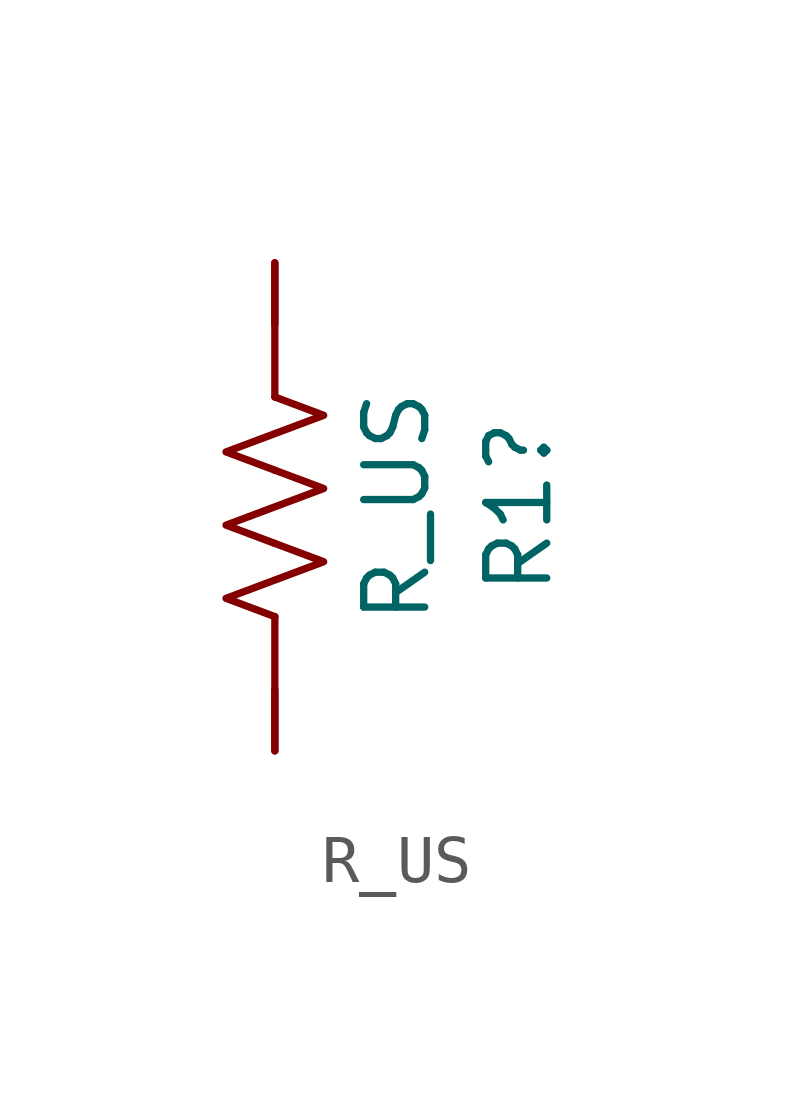
<source format=kicad_sym>
(kicad_symbol_lib
  (version 20220914)
  (generator kicad_symbol_editor)
  (symbol "R_US"
    (pin_numbers hide)
    (pin_names
      (offset 0))
    (property "Reference" "R1"
      (at 5.08 0 90)
      (effects (font (size 1.27 1.27))))
    (property "Value" "R_US"
      (at 2.54 0 90)
      (effects (font (size 1.27 1.27))))
    (symbol "R_US_0_1"
      (polyline (pts (xy 0 -2.286) (xy 0 -5.08)) (stroke (width 0) (type default)) (fill (type none)))
      (polyline (pts (xy 0 2.286) (xy 0 5.08)) (stroke (width 0) (type default)) (fill (type none)))
      (polyline (pts (xy 0 -0.762) (xy 1.016 -1.143) (xy 0 -1.524) (xy -1.016 -1.905) (xy 0 -2.286)) (stroke (width 0) (type default)) (fill (type none)))
      (polyline (pts (xy 0 0.762) (xy 1.016 0.381) (xy 0 0) (xy -1.016 -0.381) (xy 0 -0.762)) (stroke (width 0) (type default)) (fill (type none)))
      (polyline (pts (xy 0 2.286) (xy 1.016 1.905) (xy 0 1.524) (xy -1.016 1.143) (xy 0 0.762)) (stroke (width 0) (type default)) (fill (type none))))
    (symbol "R_US_1_1"
      (pin passive line (at 0 5.08 270) (length 1.27) (name "~" (effects (font (size 1.27 1.27)))) (number "1" (effects (font (size 1.27 1.27)))))
      (pin passive line (at 0 -5.08 90) (length 1.27) (name "~" (effects (font (size 1.27 1.27)))) (number "2" (effects (font (size 1.27 1.27))))))))
</source>
